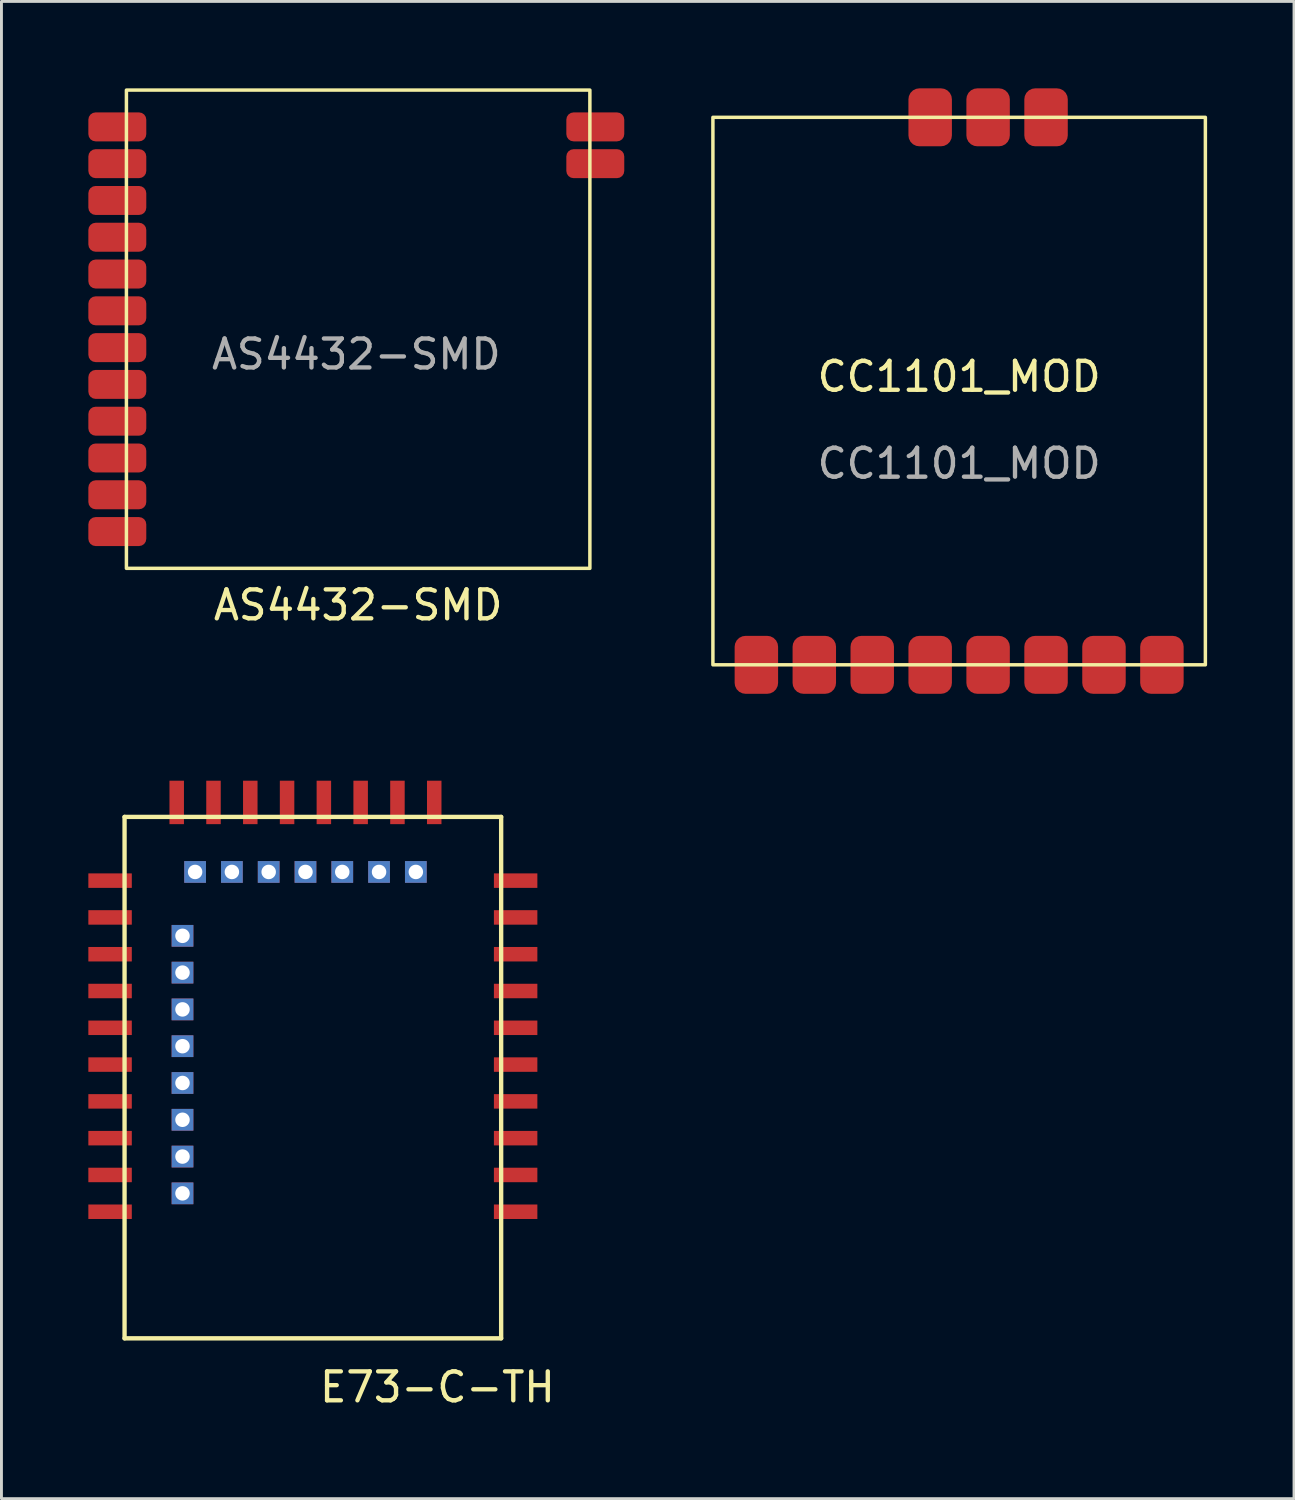
<source format=kicad_pcb>
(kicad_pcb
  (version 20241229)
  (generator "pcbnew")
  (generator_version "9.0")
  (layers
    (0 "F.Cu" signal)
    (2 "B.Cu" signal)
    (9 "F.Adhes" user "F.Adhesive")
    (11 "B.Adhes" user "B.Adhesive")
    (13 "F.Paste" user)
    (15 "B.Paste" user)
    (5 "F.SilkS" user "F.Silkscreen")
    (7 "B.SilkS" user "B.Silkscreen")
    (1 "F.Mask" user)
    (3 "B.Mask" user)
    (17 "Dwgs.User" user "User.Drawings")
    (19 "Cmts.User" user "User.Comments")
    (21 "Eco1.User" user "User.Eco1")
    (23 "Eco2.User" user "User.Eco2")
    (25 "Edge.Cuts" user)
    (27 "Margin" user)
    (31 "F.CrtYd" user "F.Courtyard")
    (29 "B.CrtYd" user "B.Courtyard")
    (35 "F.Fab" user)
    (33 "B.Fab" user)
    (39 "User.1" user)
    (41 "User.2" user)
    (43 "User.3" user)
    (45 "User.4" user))
  (footprint "CC1101_MOD"
    (layer "F.Cu")
    (at 30.06 10.45)
    (property "Reference" "CC1101_MOD" (at 0 -0.5 0) (unlocked yes) (layer "F.SilkS") (effects (font (size 1 1) (thickness 0.15))))
    (attr smd)
    (fp_rect (start -8.5 -9.45) (end 8.5 9.45) (stroke (width 0.12) (type default)) (fill no) (layer "F.SilkS"))
    (fp_text user "${REFERENCE}" (at 0 2.5 0) (unlocked yes) (layer "F.Fab") (effects (font (size 1 1) (thickness 0.15))))
    (pad "1" smd roundrect (at 7 9.45) (size 1.5 2) (layers "F.Cu" "F.Mask" "F.Paste") (roundrect_rratio 0.25))
    (pad "2" smd roundrect (at 5 9.45) (size 1.5 2) (layers "F.Cu" "F.Mask" "F.Paste") (roundrect_rratio 0.25))
    (pad "3" smd roundrect (at 3 9.45) (size 1.5 2) (layers "F.Cu" "F.Mask" "F.Paste") (roundrect_rratio 0.25))
    (pad "4" smd roundrect (at 1 9.45) (size 1.5 2) (layers "F.Cu" "F.Mask" "F.Paste") (roundrect_rratio 0.25))
    (pad "5" smd roundrect (at -1 9.45) (size 1.5 2) (layers "F.Cu" "F.Mask" "F.Paste") (roundrect_rratio 0.25))
    (pad "6" smd roundrect (at -3 9.45) (size 1.5 2) (layers "F.Cu" "F.Mask" "F.Paste") (roundrect_rratio 0.25))
    (pad "7" smd roundrect (at -5 9.45) (size 1.5 2) (layers "F.Cu" "F.Mask" "F.Paste") (roundrect_rratio 0.25))
    (pad "8" smd roundrect (at -7 9.45) (size 1.5 2) (layers "F.Cu" "F.Mask" "F.Paste") (roundrect_rratio 0.25))
    (pad "9" smd roundrect (at -1 -9.45) (size 1.5 2) (layers "F.Cu" "F.Mask" "F.Paste") (roundrect_rratio 0.25))
    (pad "10" smd roundrect (at 1 -9.45) (size 1.5 2) (layers "F.Cu" "F.Mask" "F.Paste") (roundrect_rratio 0.25))
    (pad "11" smd roundrect (at 3 -9.45) (size 1.5 2) (layers "F.Cu" "F.Mask" "F.Paste") (roundrect_rratio 0.25)))
  (footprint "E73-C-TH"
    (layer "F.Cu")
    (at 1.25 25.15)
    (property "Reference" "E73-C-TH" (at 10.8 19.685 0) (layer "F.SilkS") (effects (font (size 1 1) (thickness 0.15))))
    (attr through_hole)
    (fp_line (start 0 0) (end 13 0) (stroke (width 0.15) (type solid)) (layer "F.SilkS"))
    (fp_line (start 0 18) (end 0 0) (stroke (width 0.15) (type solid)) (layer "F.SilkS"))
    (fp_line (start 13 0) (end 13 18) (stroke (width 0.15) (type solid)) (layer "F.SilkS"))
    (fp_line (start 13 18) (end 0 18) (stroke (width 0.15) (type solid)) (layer "F.SilkS"))
    (pad "1" smd rect (at 13 13.63) (size 1.5 0.5) (drill (offset 0.5 0)) (layers "F.Cu" "F.Mask" "F.Paste"))
    (pad "2" smd rect (at 13 12.36) (size 1.5 0.5) (drill (offset 0.5 0)) (layers "F.Cu" "F.Mask" "F.Paste"))
    (pad "3" smd rect (at 13 11.09) (size 1.5 0.5) (drill (offset 0.5 0)) (layers "F.Cu" "F.Mask" "F.Paste"))
    (pad "4" smd rect (at 13 9.82) (size 1.5 0.5) (drill (offset 0.5 0)) (layers "F.Cu" "F.Mask" "F.Paste"))
    (pad "5" smd rect (at 13 8.55) (size 1.5 0.5) (drill (offset 0.5 0)) (layers "F.Cu" "F.Mask" "F.Paste"))
    (pad "6" smd rect (at 13 7.28) (size 1.5 0.5) (drill (offset 0.5 0)) (layers "F.Cu" "F.Mask" "F.Paste"))
    (pad "7" smd rect (at 13 6.01) (size 1.5 0.5) (drill (offset 0.5 0)) (layers "F.Cu" "F.Mask" "F.Paste"))
    (pad "8" smd rect (at 13 4.74) (size 1.5 0.5) (drill (offset 0.5 0)) (layers "F.Cu" "F.Mask" "F.Paste"))
    (pad "9" smd rect (at 13 3.47) (size 1.5 0.5) (drill (offset 0.5 0)) (layers "F.Cu" "F.Mask" "F.Paste"))
    (pad "10" smd rect (at 13 2.2) (size 1.5 0.5) (drill (offset 0.5 0)) (layers "F.Cu" "F.Mask" "F.Paste"))
    (pad "11" smd rect (at 10.69 0) (size 0.5 1.5) (drill (offset 0 -0.5)) (layers "F.Cu" "F.Mask" "F.Paste"))
    (pad "12" thru_hole rect (at 10.055 1.9) (size 0.75 0.75) (drill 0.5) (layers "*.Cu" "*.Mask"))
    (pad "13" smd rect (at 9.42 0) (size 0.5 1.5) (drill (offset 0 -0.5)) (layers "F.Cu" "F.Mask" "F.Paste"))
    (pad "14" thru_hole rect (at 8.785 1.9) (size 0.75 0.75) (drill 0.5) (layers "*.Cu" "*.Mask"))
    (pad "15" smd rect (at 8.15 0) (size 0.5 1.5) (drill (offset 0 -0.5)) (layers "F.Cu" "F.Mask" "F.Paste"))
    (pad "16" thru_hole rect (at 7.515 1.9) (size 0.75 0.75) (drill 0.5) (layers "*.Cu" "*.Mask"))
    (pad "17" smd rect (at 6.88 0) (size 0.5 1.5) (drill (offset 0 -0.5)) (layers "F.Cu" "F.Mask" "F.Paste"))
    (pad "18" thru_hole rect (at 6.245 1.9) (size 0.75 0.75) (drill 0.5) (layers "*.Cu" "*.Mask"))
    (pad "19" smd rect (at 5.61 0) (size 0.5 1.5) (drill (offset 0 -0.5)) (layers "F.Cu" "F.Mask" "F.Paste"))
    (pad "20" thru_hole rect (at 4.975 1.9) (size 0.75 0.75) (drill 0.5) (layers "*.Cu" "*.Mask"))
    (pad "21" smd rect (at 4.34 0) (size 0.5 1.5) (drill (offset 0 -0.5)) (layers "F.Cu" "F.Mask" "F.Paste"))
    (pad "22" thru_hole rect (at 3.705 1.9) (size 0.75 0.75) (drill 0.5) (layers "*.Cu" "*.Mask"))
    (pad "23" smd rect (at 3.07 0) (size 0.5 1.5) (drill (offset 0 -0.5)) (layers "F.Cu" "F.Mask" "F.Paste"))
    (pad "24" thru_hole rect (at 2.435 1.9) (size 0.75 0.75) (drill 0.5) (layers "*.Cu" "*.Mask"))
    (pad "25" smd rect (at 1.8 0) (size 0.5 1.5) (drill (offset 0 -0.5)) (layers "F.Cu" "F.Mask" "F.Paste"))
    (pad "26" smd rect (at 0 2.2) (size 1.5 0.5) (drill (offset -0.5 0)) (layers "F.Cu" "F.Mask" "F.Paste"))
    (pad "27" smd rect (at 0 3.47) (size 1.5 0.5) (drill (offset -0.5 0)) (layers "F.Cu" "F.Mask" "F.Paste"))
    (pad "28" thru_hole rect (at 2 4.105) (size 0.75 0.75) (drill 0.5) (layers "*.Cu" "*.Mask"))
    (pad "29" smd rect (at 0 4.74) (size 1.5 0.5) (drill (offset -0.5 0)) (layers "F.Cu" "F.Mask" "F.Paste"))
    (pad "30" thru_hole rect (at 2 5.375) (size 0.75 0.75) (drill 0.5) (layers "*.Cu" "*.Mask"))
    (pad "31" smd rect (at 0 6.01) (size 1.5 0.5) (drill (offset -0.5 0)) (layers "F.Cu" "F.Mask" "F.Paste"))
    (pad "32" thru_hole rect (at 2 6.645) (size 0.75 0.75) (drill 0.5) (layers "*.Cu" "*.Mask"))
    (pad "33" smd rect (at 0 7.28) (size 1.5 0.5) (drill (offset -0.5 0)) (layers "F.Cu" "F.Mask" "F.Paste"))
    (pad "34" thru_hole rect (at 2 7.915) (size 0.75 0.75) (drill 0.5) (layers "*.Cu" "*.Mask"))
    (pad "35" smd rect (at 0 8.55) (size 1.5 0.5) (drill (offset -0.5 0)) (layers "F.Cu" "F.Mask" "F.Paste"))
    (pad "36" thru_hole rect (at 2 9.185) (size 0.75 0.75) (drill 0.5) (layers "*.Cu" "*.Mask"))
    (pad "37" smd rect (at 0 9.82) (size 1.5 0.5) (drill (offset -0.5 0)) (layers "F.Cu" "F.Mask" "F.Paste"))
    (pad "38" thru_hole rect (at 2 10.455) (size 0.75 0.75) (drill 0.5) (layers "*.Cu" "*.Mask"))
    (pad "39" smd rect (at 0 11.09) (size 1.5 0.5) (drill (offset -0.5 0)) (layers "F.Cu" "F.Mask" "F.Paste"))
    (pad "40" thru_hole rect (at 2 11.725) (size 0.75 0.75) (drill 0.5) (layers "*.Cu" "*.Mask"))
    (pad "41" smd rect (at 0 12.36) (size 1.5 0.5) (drill (offset -0.5 0)) (layers "F.Cu" "F.Mask" "F.Paste"))
    (pad "42" thru_hole rect (at 2 12.995) (size 0.75 0.75) (drill 0.5) (layers "*.Cu" "*.Mask"))
    (pad "43" smd rect (at 0 13.63) (size 1.5 0.5) (drill (offset -0.5 0)) (layers "F.Cu" "F.Mask" "F.Paste")))
  (footprint "AS4432-SMD"
    (layer "F.Cu")
    (at 9.25 7.68)
    (property "Reference" "AS4432-SMD" (at 0.064 10.16 0) (unlocked yes) (layer "F.SilkS") (effects (font (size 1 1) (thickness 0.15))))
    (attr smd)
    (fp_rect (start -7.936 -7.62) (end 8.063 8.89) (stroke (width 0.12) (type solid)) (fill no) (layer "F.SilkS"))
    (fp_text user "${REFERENCE}" (at 0 1.5 0) (unlocked yes) (layer "F.Fab") (effects (font (size 1 1) (thickness 0.15))))
    (pad "1" smd roundrect (at -8.25 -6.35) (size 2 1) (layers "F.Cu" "F.Mask" "F.Paste") (roundrect_rratio 0.25))
    (pad "2" smd roundrect (at -8.25 -5.08) (size 2 1) (layers "F.Cu" "F.Mask" "F.Paste") (roundrect_rratio 0.25))
    (pad "3" smd roundrect (at -8.25 -3.81) (size 2 1) (layers "F.Cu" "F.Mask" "F.Paste") (roundrect_rratio 0.25))
    (pad "4" smd roundrect (at -8.25 -2.54) (size 2 1) (layers "F.Cu" "F.Mask" "F.Paste") (roundrect_rratio 0.25))
    (pad "5" smd roundrect (at -8.25 -1.27) (size 2 1) (layers "F.Cu" "F.Mask" "F.Paste") (roundrect_rratio 0.25))
    (pad "6" smd roundrect (at -8.25 0) (size 2 1) (layers "F.Cu" "F.Mask" "F.Paste") (roundrect_rratio 0.25))
    (pad "7" smd roundrect (at -8.25 1.27) (size 2 1) (layers "F.Cu" "F.Mask" "F.Paste") (roundrect_rratio 0.25))
    (pad "8" smd roundrect (at -8.25 2.54) (size 2 1) (layers "F.Cu" "F.Mask" "F.Paste") (roundrect_rratio 0.25))
    (pad "9" smd roundrect (at -8.25 3.81) (size 2 1) (layers "F.Cu" "F.Mask" "F.Paste") (roundrect_rratio 0.25))
    (pad "10" smd roundrect (at -8.25 5.08) (size 2 1) (layers "F.Cu" "F.Mask" "F.Paste") (roundrect_rratio 0.25))
    (pad "11" smd roundrect (at -8.25 6.35) (size 2 1) (layers "F.Cu" "F.Mask" "F.Paste") (roundrect_rratio 0.25))
    (pad "12" smd roundrect (at -8.25 7.62) (size 2 1) (layers "F.Cu" "F.Mask" "F.Paste") (roundrect_rratio 0.25))
    (pad "13" smd roundrect (at 8.25 -5.08) (size 2 1) (layers "F.Cu" "F.Mask" "F.Paste") (roundrect_rratio 0.25))
    (pad "14" smd roundrect (at 8.25 -6.35) (size 2 1) (layers "F.Cu" "F.Mask" "F.Paste") (roundrect_rratio 0.25)))
  (gr_rect
    (start -3 -3)
    (end 41.62 48.683)
    (stroke (width 0.1) (type default))
    (fill no)
    (layer "Edge.Cuts")))
</source>
